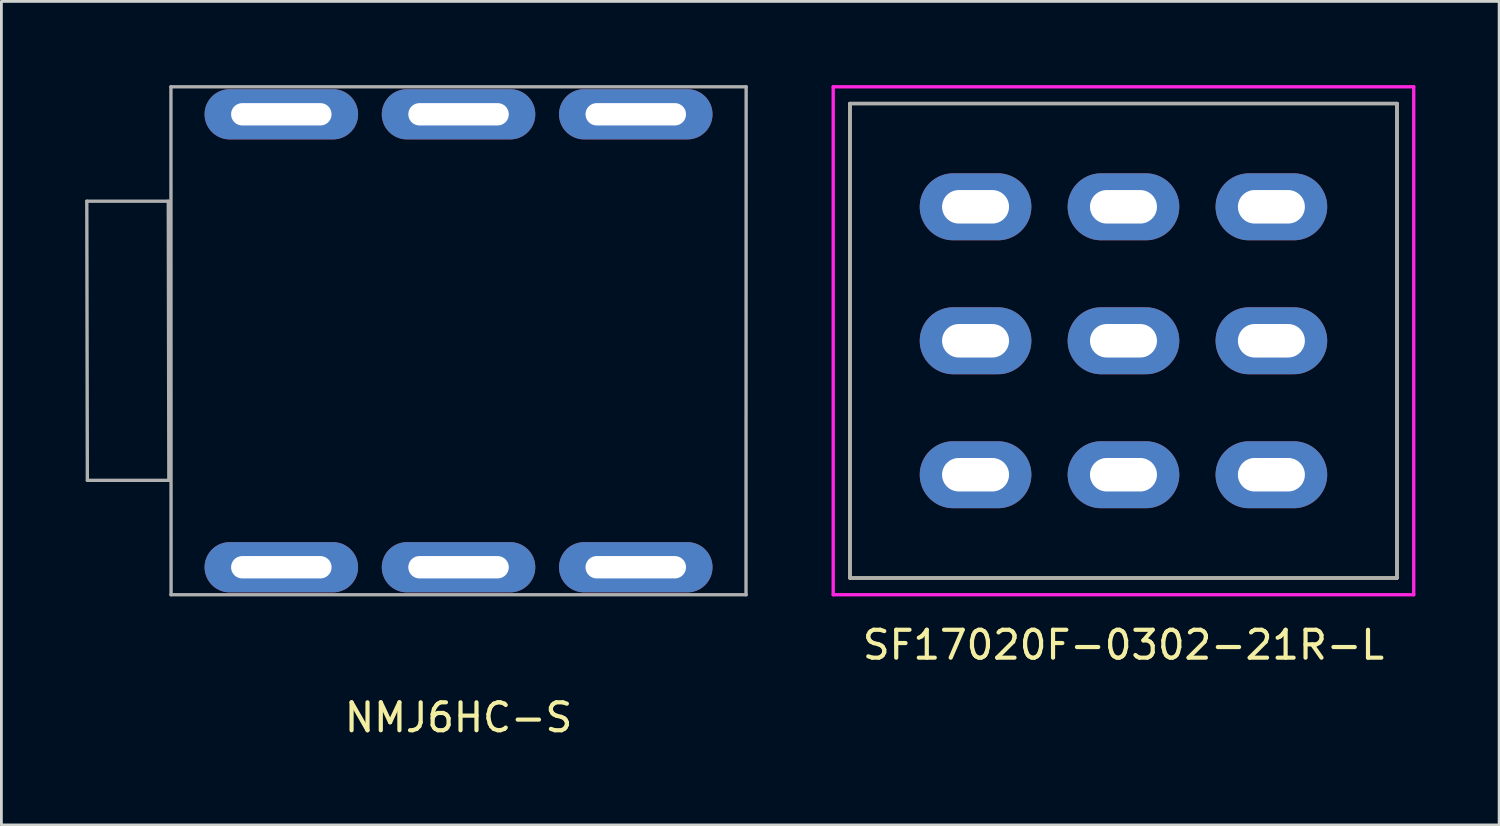
<source format=kicad_pcb>
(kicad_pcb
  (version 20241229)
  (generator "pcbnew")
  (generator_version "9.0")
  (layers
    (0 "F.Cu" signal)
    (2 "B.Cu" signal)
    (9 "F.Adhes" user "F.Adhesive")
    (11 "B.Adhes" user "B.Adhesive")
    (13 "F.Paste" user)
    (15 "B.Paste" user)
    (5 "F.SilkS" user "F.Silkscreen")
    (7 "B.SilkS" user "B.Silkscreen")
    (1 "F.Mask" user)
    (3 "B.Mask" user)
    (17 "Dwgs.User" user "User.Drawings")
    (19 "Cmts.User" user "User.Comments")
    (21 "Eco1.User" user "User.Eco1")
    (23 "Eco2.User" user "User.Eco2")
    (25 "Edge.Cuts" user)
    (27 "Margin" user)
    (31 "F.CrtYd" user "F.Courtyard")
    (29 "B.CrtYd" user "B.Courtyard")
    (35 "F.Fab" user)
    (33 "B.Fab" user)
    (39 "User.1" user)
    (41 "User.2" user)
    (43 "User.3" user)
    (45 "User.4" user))
  (footprint "SF17020F-0302-21R-L"
    (layer "F.Cu")
    (at 37.205 9.16)
    (property "Reference" "SF17020F-0302-21R-L" (at 0 10.9 0) (layer "F.SilkS") (effects (font (size 1 1) (thickness 0.15))))
    (attr through_hole)
    (fp_line (start -9.8 -8.5) (end -9.8 8.5) (stroke (width 0.12) (type solid)) (layer "F.SilkS"))
    (fp_line (start -9.8 8.5) (end 9.8 8.5) (stroke (width 0.12) (type solid)) (layer "F.SilkS"))
    (fp_line (start 9.8 -8.5) (end -9.8 -8.5) (stroke (width 0.12) (type solid)) (layer "F.SilkS"))
    (fp_line (start 9.8 8.5) (end 9.8 -8.5) (stroke (width 0.12) (type solid)) (layer "F.SilkS"))
    (fp_line (start -10.4 -9.1) (end -10.4 9.1) (stroke (width 0.12) (type solid)) (layer "F.CrtYd"))
    (fp_line (start -10.4 9.1) (end 10.4 9.1) (stroke (width 0.12) (type solid)) (layer "F.CrtYd"))
    (fp_line (start 10.4 -9.1) (end -10.4 -9.1) (stroke (width 0.12) (type solid)) (layer "F.CrtYd"))
    (fp_line (start 10.4 9.1) (end 10.4 -9.1) (stroke (width 0.12) (type solid)) (layer "F.CrtYd"))
    (fp_line (start -9.8 -8.5) (end -9.8 8.5) (stroke (width 0.12) (type solid)) (layer "F.Fab"))
    (fp_line (start -9.8 8.5) (end 9.8 8.5) (stroke (width 0.12) (type solid)) (layer "F.Fab"))
    (fp_line (start 9.8 -8.5) (end -9.8 -8.5) (stroke (width 0.12) (type solid)) (layer "F.Fab"))
    (fp_line (start 9.8 8.5) (end 9.8 -8.5) (stroke (width 0.12) (type solid)) (layer "F.Fab"))
    (pad "1" thru_hole oval (at -5.3 -4.8) (size 4 2.4) (drill oval 2.4 1.2) (layers "*.Cu" "*.Mask"))
    (pad "2" thru_hole oval (at -5.3 0) (size 4 2.4) (drill oval 2.4 1.2) (layers "*.Cu" "*.Mask"))
    (pad "3" thru_hole oval (at -5.3 4.8) (size 4 2.4) (drill oval 2.4 1.2) (layers "*.Cu" "*.Mask"))
    (pad "4" thru_hole oval (at 0 -4.8) (size 4 2.4) (drill oval 2.4 1.2) (layers "*.Cu" "*.Mask"))
    (pad "5" thru_hole oval (at 0 0) (size 4 2.4) (drill oval 2.4 1.2) (layers "*.Cu" "*.Mask"))
    (pad "6" thru_hole oval (at 0 4.8) (size 4 2.4) (drill oval 2.4 1.2) (layers "*.Cu" "*.Mask"))
    (pad "7" thru_hole oval (at 5.3 -4.8) (size 4 2.4) (drill oval 2.4 1.2) (layers "*.Cu" "*.Mask"))
    (pad "8" thru_hole oval (at 5.3 0) (size 4 2.4) (drill oval 2.4 1.2) (layers "*.Cu" "*.Mask"))
    (pad "9" thru_hole oval (at 5.3 4.8) (size 4 2.4) (drill oval 2.4 1.2) (layers "*.Cu" "*.Mask")))
  (footprint "NMJ6HC-S"
    (layer "F.Cu")
    (at 13.38 9.16)
    (property "Reference" "NMJ6HC-S" (at 0 13.5 0) (layer "F.SilkS") (effects (font (size 1 1) (thickness 0.15))))
    (attr through_hole)
    (fp_line (start -13.32 -5) (end -13.3 5) (stroke (width 0.12) (type solid)) (layer "F.Fab"))
    (fp_line (start -10.4 -5) (end -13.32 -5) (stroke (width 0.12) (type solid)) (layer "F.Fab"))
    (fp_line (start -10.38 5) (end -13.3 5) (stroke (width 0.12) (type solid)) (layer "F.Fab"))
    (fp_line (start -10.38 5) (end -10.4 -5) (stroke (width 0.12) (type solid)) (layer "F.Fab"))
    (fp_line (start -10.305 -9.1) (end -10.3 9.1) (stroke (width 0.12) (type solid)) (layer "F.Fab"))
    (fp_line (start 10.3 9.1) (end 10.305 -9.1) (stroke (width 0.12) (type solid)) (layer "F.Fab"))
    (fp_line (start 10.305 -9.1) (end -10.305 -9.1) (stroke (width 0.12) (type solid)) (layer "F.Fab"))
    (fp_line (start 10.305 9.1) (end -10.305 9.1) (stroke (width 0.12) (type solid)) (layer "F.Fab"))
    (pad "R" thru_hole oval (at 0 -8.115) (size 5.5 1.8) (drill oval 3.6 0.8) (layers "*.Cu" "*.Mask"))
    (pad "R" thru_hole oval (at 0 8.115) (size 5.5 1.8) (drill oval 3.6 0.8) (layers "*.Cu" "*.Mask"))
    (pad "S" thru_hole oval (at 6.35 -8.115) (size 5.5 1.8) (drill oval 3.6 0.8) (layers "*.Cu" "*.Mask"))
    (pad "S" thru_hole oval (at 6.35 8.115) (size 5.5 1.8) (drill oval 3.6 0.8) (layers "*.Cu" "*.Mask"))
    (pad "T" thru_hole oval (at -6.35 -8.115) (size 5.5 1.8) (drill oval 3.6 0.8) (layers "*.Cu" "*.Mask"))
    (pad "T" thru_hole oval (at -6.35 8.115) (size 5.5 1.8) (drill oval 3.6 0.8) (layers "*.Cu" "*.Mask")))
  (gr_rect
    (start -3 -3)
    (end 50.665 26.508)
    (stroke (width 0.1) (type default))
    (fill no)
    (layer "Edge.Cuts")))
</source>
